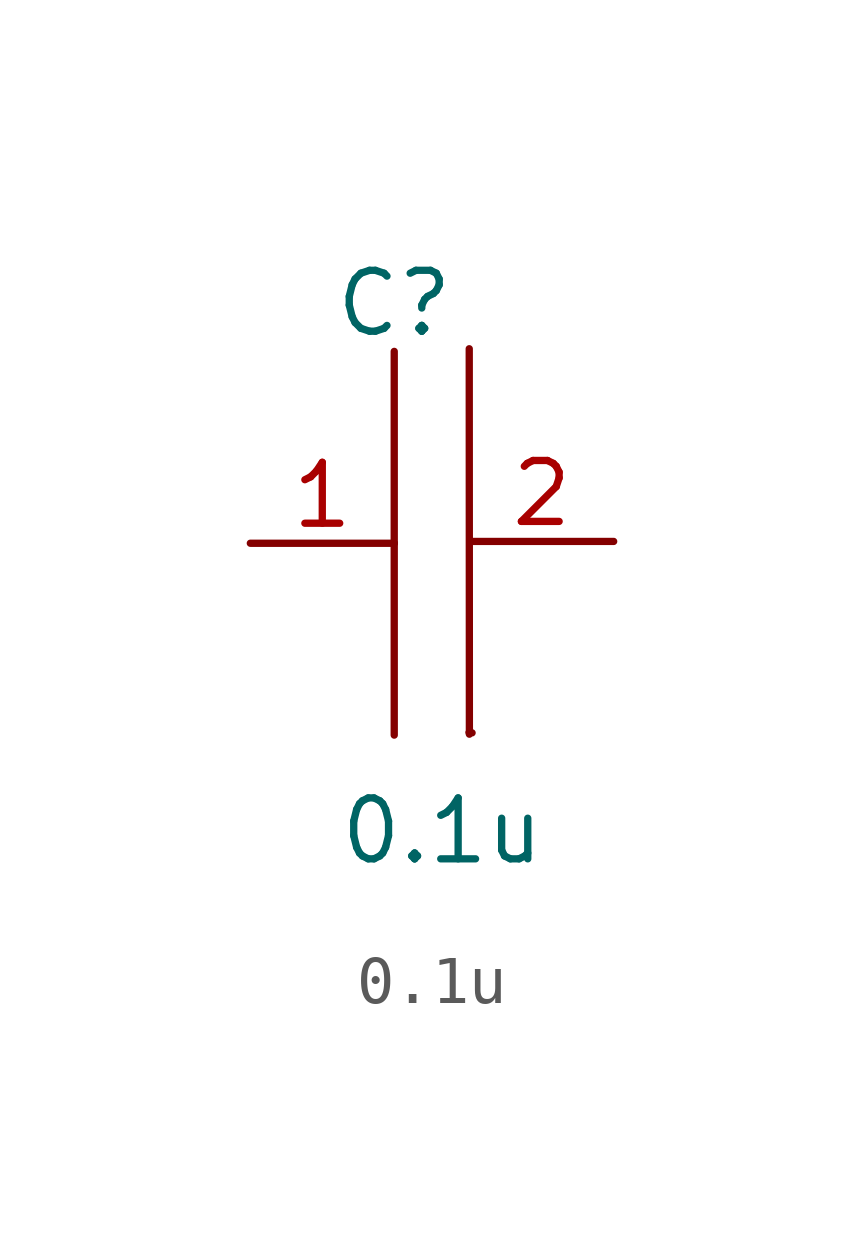
<source format=kicad_sym>
(kicad_symbol_lib
  (version 20231120)
  (generator "kicad_symbol_editor")
  (generator_version "8.0")
  (symbol "0.1u"
    (property "Reference" "C"
      (at 3 5 0)
      (effects (font (size 1.27 1.27))))
    (property "Value" "0.1u"
      (at 4 -6 0)
      (effects (font (size 1.27 1.27))))
    (symbol "0.1u_0_1"
      (polyline (pts (xy 3 0) (xy 3 -4)) (stroke (width 0) (type default)) (fill (type none)))
      (polyline (pts (xy 3 0) (xy 3 4)) (stroke (width 0) (type default)) (fill (type none)))
      (polyline (pts (xy 4.564 4.055) (xy 4.567 -3.981) (xy 4.557 -3.943) (xy 4.623 -3.953)) (stroke (width 0) (type default)) (fill (type none))))
    (symbol "0.1u_1_1"
      (pin bidirectional line (at 0 0 0) (length 3) (name "" (effects (font (size 1.27 1.27)))) (number "1" (effects (font (size 1.27 1.27)))))
      (pin bidirectional line (at 7.575 0.038 180) (length 3) (name "" (effects (font (size 1.27 1.27)))) (number "2" (effects (font (size 1.27 1.27))))))))
</source>
